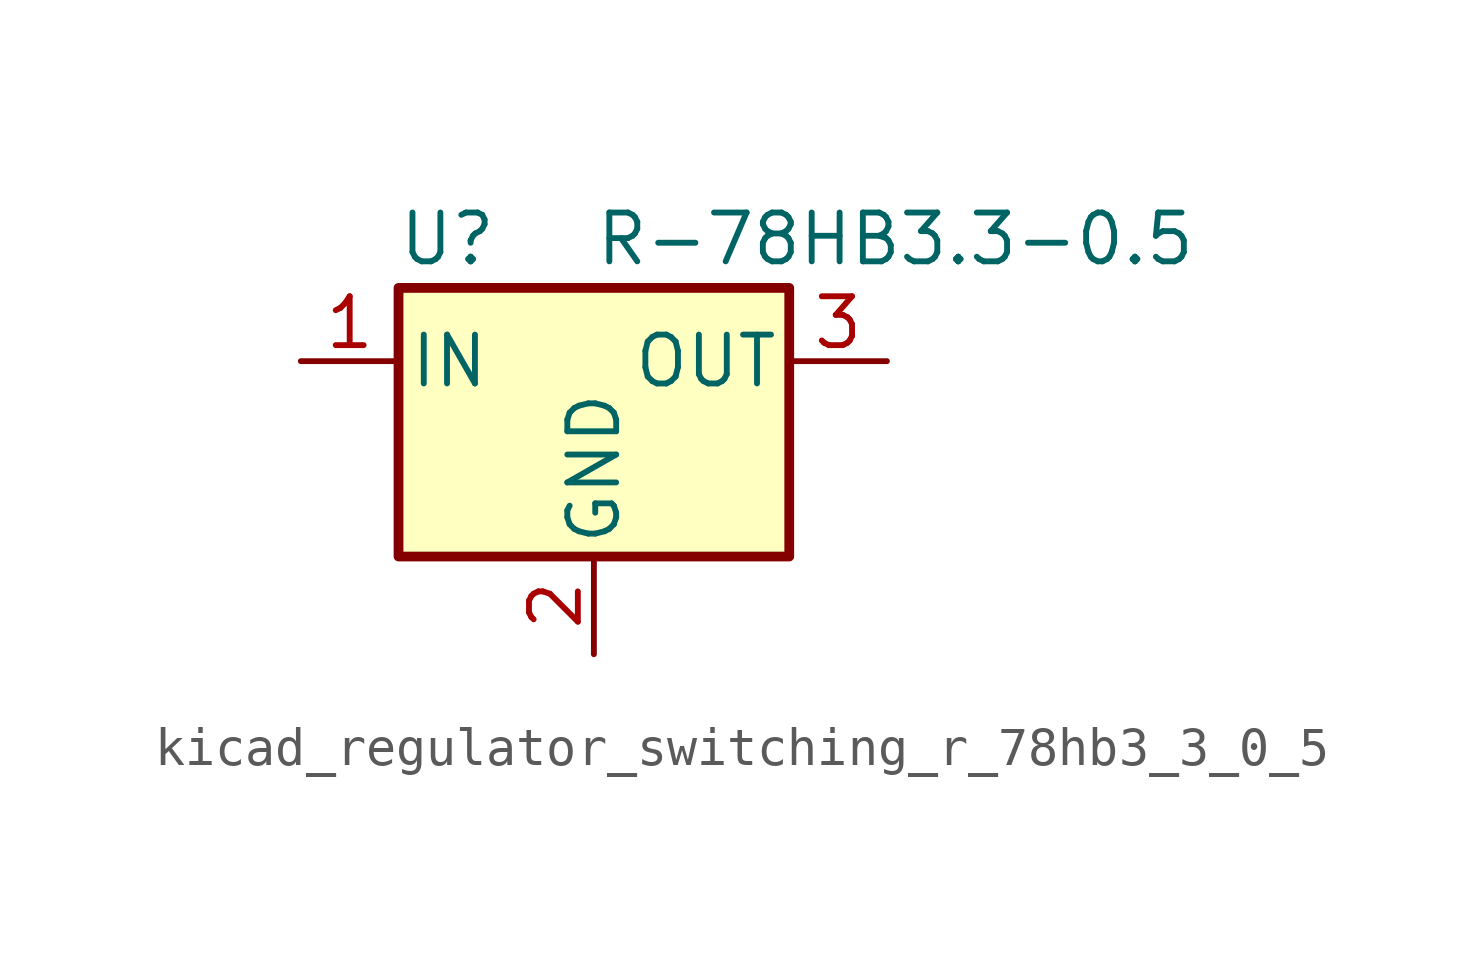
<source format=kicad_sym>
(kicad_symbol_lib
  (version 20220914)
  (generator kicad_symbol_editor)
  (symbol "kicad_regulator_switching_r_78hb3_3_0_5"
    (pin_names
      (offset 0.254))
    (property "Reference" "U"
      (at -3.81 3.175 0)
      (effects (font (size 1.27 1.27))))
    (property "Value" "R-78HB3.3-0.5"
      (at 0 3.175 0)
      (effects (font (size 1.27 1.27)) (justify left)))
    (symbol "kicad_regulator_switching_r_78hb3_3_0_5_0_1"
      (rectangle (start -5.08 1.905) (end 5.08 -5.08) (stroke (width 0.254) (type default)) (fill (type background))))
    (symbol "kicad_regulator_switching_r_78hb3_3_0_5_1_1"
      (pin power_in line (at -7.62 0 0) (length 2.54) (name "IN" (effects (font (size 1.27 1.27)))) (number "1" (effects (font (size 1.27 1.27)))))
      (pin power_in line (at 0 -7.62 90) (length 2.54) (name "GND" (effects (font (size 1.27 1.27)))) (number "2" (effects (font (size 1.27 1.27)))))
      (pin power_out line (at 7.62 0 180) (length 2.54) (name "OUT" (effects (font (size 1.27 1.27)))) (number "3" (effects (font (size 1.27 1.27))))))))
</source>
